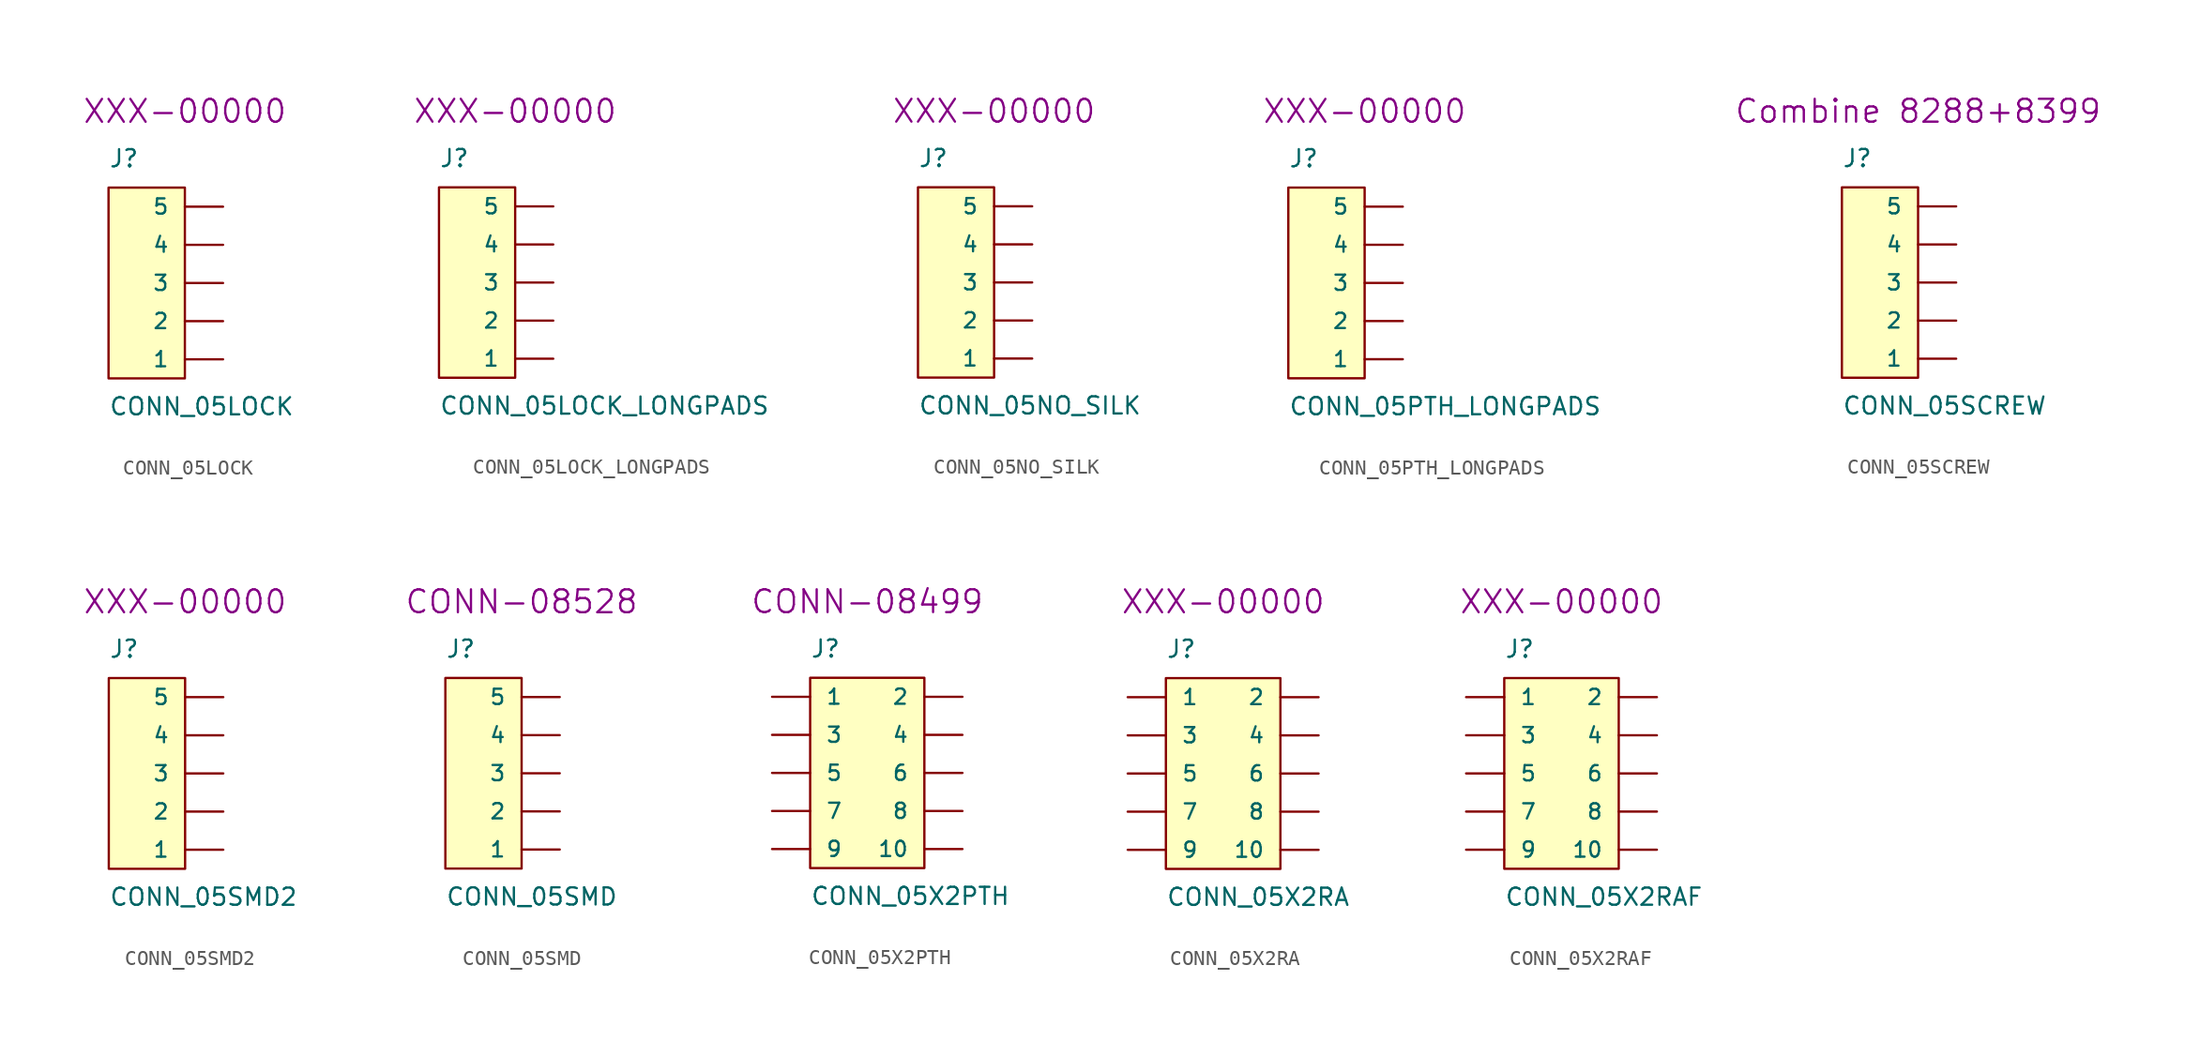
<source format=kicad_sym>
(kicad_symbol_lib
  (version 20201005)
  (generator kicad_symbol_editor)
  (symbol "CONN_05LOCK"
    (pin_numbers hide)
    (pin_names
      (offset 1.016))
    (property "Reference" "J"
      (at -5.08 12.7 0)
      (effects (font (size 1.143 1.143)) (justify left bottom)))
    (property "Value" "CONN_05LOCK"
      (at -5.08 -3.81 0)
      (effects (font (size 1.143 1.143)) (justify left bottom)))
    (property "Field4" "XXX-00000"
      (at 0 16.51 0)
      (effects (font (size 1.524 1.524))))
    (property "ki_locked" ""
      (at 0 0 0)
      (effects (font (size 1.27 1.27))))
    (symbol "CONN_05LOCK_0_1"
      (rectangle (start 0 -1.27) (end -5.08 11.43) (stroke (width 0)) (fill (type background))))
    (symbol "CONN_05LOCK_1_1"
      (pin passive line (at 2.54 0 180) (length 2.54) (name "1" (effects (font (size 1.016 1.016)))) (number "1" (effects (font (size 1.016 1.016)))))
      (pin passive line (at 2.54 2.54 180) (length 2.54) (name "2" (effects (font (size 1.016 1.016)))) (number "2" (effects (font (size 1.016 1.016)))))
      (pin passive line (at 2.54 5.08 180) (length 2.54) (name "3" (effects (font (size 1.016 1.016)))) (number "3" (effects (font (size 1.016 1.016)))))
      (pin passive line (at 2.54 7.62 180) (length 2.54) (name "4" (effects (font (size 1.016 1.016)))) (number "4" (effects (font (size 1.016 1.016)))))
      (pin passive line (at 2.54 10.16 180) (length 2.54) (name "5" (effects (font (size 1.016 1.016)))) (number "5" (effects (font (size 1.016 1.016)))))))
  (symbol "CONN_05LOCK_LONGPADS"
    (pin_numbers hide)
    (pin_names
      (offset 1.016))
    (property "Reference" "J"
      (at -5.08 12.7 0)
      (effects (font (size 1.143 1.143)) (justify left bottom)))
    (property "Value" "CONN_05LOCK_LONGPADS"
      (at -5.08 -3.81 0)
      (effects (font (size 1.143 1.143)) (justify left bottom)))
    (property "Field4" "XXX-00000"
      (at 0 16.51 0)
      (effects (font (size 1.524 1.524))))
    (property "ki_locked" ""
      (at 0 0 0)
      (effects (font (size 1.27 1.27))))
    (symbol "CONN_05LOCK_LONGPADS_0_1"
      (rectangle (start 0 -1.27) (end -5.08 11.43) (stroke (width 0)) (fill (type background))))
    (symbol "CONN_05LOCK_LONGPADS_1_1"
      (pin passive line (at 2.54 0 180) (length 2.54) (name "1" (effects (font (size 1.016 1.016)))) (number "1" (effects (font (size 1.016 1.016)))))
      (pin passive line (at 2.54 2.54 180) (length 2.54) (name "2" (effects (font (size 1.016 1.016)))) (number "2" (effects (font (size 1.016 1.016)))))
      (pin passive line (at 2.54 5.08 180) (length 2.54) (name "3" (effects (font (size 1.016 1.016)))) (number "3" (effects (font (size 1.016 1.016)))))
      (pin passive line (at 2.54 7.62 180) (length 2.54) (name "4" (effects (font (size 1.016 1.016)))) (number "4" (effects (font (size 1.016 1.016)))))
      (pin passive line (at 2.54 10.16 180) (length 2.54) (name "5" (effects (font (size 1.016 1.016)))) (number "5" (effects (font (size 1.016 1.016)))))))
  (symbol "CONN_05NO_SILK"
    (pin_numbers hide)
    (pin_names
      (offset 1.016))
    (property "Reference" "J"
      (at -5.08 12.7 0)
      (effects (font (size 1.143 1.143)) (justify left bottom)))
    (property "Value" "CONN_05NO_SILK"
      (at -5.08 -3.81 0)
      (effects (font (size 1.143 1.143)) (justify left bottom)))
    (property "Field4" "XXX-00000"
      (at 0 16.51 0)
      (effects (font (size 1.524 1.524))))
    (property "ki_locked" ""
      (at 0 0 0)
      (effects (font (size 1.27 1.27))))
    (symbol "CONN_05NO_SILK_0_1"
      (rectangle (start 0 -1.27) (end -5.08 11.43) (stroke (width 0)) (fill (type background))))
    (symbol "CONN_05NO_SILK_1_1"
      (pin passive line (at 2.54 0 180) (length 2.54) (name "1" (effects (font (size 1.016 1.016)))) (number "1" (effects (font (size 1.016 1.016)))))
      (pin passive line (at 2.54 2.54 180) (length 2.54) (name "2" (effects (font (size 1.016 1.016)))) (number "2" (effects (font (size 1.016 1.016)))))
      (pin passive line (at 2.54 5.08 180) (length 2.54) (name "3" (effects (font (size 1.016 1.016)))) (number "3" (effects (font (size 1.016 1.016)))))
      (pin passive line (at 2.54 7.62 180) (length 2.54) (name "4" (effects (font (size 1.016 1.016)))) (number "4" (effects (font (size 1.016 1.016)))))
      (pin passive line (at 2.54 10.16 180) (length 2.54) (name "5" (effects (font (size 1.016 1.016)))) (number "5" (effects (font (size 1.016 1.016)))))))
  (symbol "CONN_05PTH_LONGPADS"
    (pin_numbers hide)
    (pin_names
      (offset 1.016))
    (property "Reference" "J"
      (at -5.08 12.7 0)
      (effects (font (size 1.143 1.143)) (justify left bottom)))
    (property "Value" "CONN_05PTH_LONGPADS"
      (at -5.08 -3.81 0)
      (effects (font (size 1.143 1.143)) (justify left bottom)))
    (property "Field4" "XXX-00000"
      (at 0 16.51 0)
      (effects (font (size 1.524 1.524))))
    (property "ki_locked" ""
      (at 0 0 0)
      (effects (font (size 1.27 1.27))))
    (symbol "CONN_05PTH_LONGPADS_0_1"
      (rectangle (start 0 -1.27) (end -5.08 11.43) (stroke (width 0)) (fill (type background))))
    (symbol "CONN_05PTH_LONGPADS_1_1"
      (pin passive line (at 2.54 0 180) (length 2.54) (name "1" (effects (font (size 1.016 1.016)))) (number "1" (effects (font (size 1.016 1.016)))))
      (pin passive line (at 2.54 2.54 180) (length 2.54) (name "2" (effects (font (size 1.016 1.016)))) (number "2" (effects (font (size 1.016 1.016)))))
      (pin passive line (at 2.54 5.08 180) (length 2.54) (name "3" (effects (font (size 1.016 1.016)))) (number "3" (effects (font (size 1.016 1.016)))))
      (pin passive line (at 2.54 7.62 180) (length 2.54) (name "4" (effects (font (size 1.016 1.016)))) (number "4" (effects (font (size 1.016 1.016)))))
      (pin passive line (at 2.54 10.16 180) (length 2.54) (name "5" (effects (font (size 1.016 1.016)))) (number "5" (effects (font (size 1.016 1.016)))))))
  (symbol "CONN_05SCREW"
    (pin_numbers hide)
    (pin_names
      (offset 1.016))
    (property "Reference" "J"
      (at -5.08 12.7 0)
      (effects (font (size 1.143 1.143)) (justify left bottom)))
    (property "Value" "CONN_05SCREW"
      (at -5.08 -3.81 0)
      (effects (font (size 1.143 1.143)) (justify left bottom)))
    (property "Field4" "Combine 8288+8399"
      (at 0 16.51 0)
      (effects (font (size 1.524 1.524))))
    (property "ki_locked" ""
      (at 0 0 0)
      (effects (font (size 1.27 1.27))))
    (symbol "CONN_05SCREW_0_1"
      (rectangle (start 0 -1.27) (end -5.08 11.43) (stroke (width 0)) (fill (type background))))
    (symbol "CONN_05SCREW_1_1"
      (pin passive line (at 2.54 0 180) (length 2.54) (name "1" (effects (font (size 1.016 1.016)))) (number "1" (effects (font (size 1.016 1.016)))))
      (pin passive line (at 2.54 2.54 180) (length 2.54) (name "2" (effects (font (size 1.016 1.016)))) (number "2" (effects (font (size 1.016 1.016)))))
      (pin passive line (at 2.54 5.08 180) (length 2.54) (name "3" (effects (font (size 1.016 1.016)))) (number "3" (effects (font (size 1.016 1.016)))))
      (pin passive line (at 2.54 7.62 180) (length 2.54) (name "4" (effects (font (size 1.016 1.016)))) (number "4" (effects (font (size 1.016 1.016)))))
      (pin passive line (at 2.54 10.16 180) (length 2.54) (name "5" (effects (font (size 1.016 1.016)))) (number "5" (effects (font (size 1.016 1.016)))))))
  (symbol "CONN_05SMD2"
    (pin_numbers hide)
    (pin_names
      (offset 1.016))
    (property "Reference" "J"
      (at -5.08 12.7 0)
      (effects (font (size 1.143 1.143)) (justify left bottom)))
    (property "Value" "CONN_05SMD2"
      (at -5.08 -3.81 0)
      (effects (font (size 1.143 1.143)) (justify left bottom)))
    (property "Field4" "XXX-00000"
      (at 0 16.51 0)
      (effects (font (size 1.524 1.524))))
    (property "ki_locked" ""
      (at 0 0 0)
      (effects (font (size 1.27 1.27))))
    (symbol "CONN_05SMD2_0_1"
      (rectangle (start 0 -1.27) (end -5.08 11.43) (stroke (width 0)) (fill (type background))))
    (symbol "CONN_05SMD2_1_1"
      (pin passive line (at 2.54 0 180) (length 2.54) (name "1" (effects (font (size 1.016 1.016)))) (number "1" (effects (font (size 1.016 1.016)))))
      (pin passive line (at 2.54 2.54 180) (length 2.54) (name "2" (effects (font (size 1.016 1.016)))) (number "2" (effects (font (size 1.016 1.016)))))
      (pin passive line (at 2.54 5.08 180) (length 2.54) (name "3" (effects (font (size 1.016 1.016)))) (number "3" (effects (font (size 1.016 1.016)))))
      (pin passive line (at 2.54 7.62 180) (length 2.54) (name "4" (effects (font (size 1.016 1.016)))) (number "4" (effects (font (size 1.016 1.016)))))
      (pin passive line (at 2.54 10.16 180) (length 2.54) (name "5" (effects (font (size 1.016 1.016)))) (number "5" (effects (font (size 1.016 1.016)))))))
  (symbol "CONN_05SMD"
    (pin_numbers hide)
    (pin_names
      (offset 1.016))
    (property "Reference" "J"
      (at -5.08 12.7 0)
      (effects (font (size 1.143 1.143)) (justify left bottom)))
    (property "Value" "CONN_05SMD"
      (at -5.08 -3.81 0)
      (effects (font (size 1.143 1.143)) (justify left bottom)))
    (property "Field4" "CONN-08528"
      (at 0 16.51 0)
      (effects (font (size 1.524 1.524))))
    (property "ki_locked" ""
      (at 0 0 0)
      (effects (font (size 1.27 1.27))))
    (symbol "CONN_05SMD_0_1"
      (rectangle (start 0 -1.27) (end -5.08 11.43) (stroke (width 0)) (fill (type background))))
    (symbol "CONN_05SMD_1_1"
      (pin passive line (at 2.54 0 180) (length 2.54) (name "1" (effects (font (size 1.016 1.016)))) (number "1" (effects (font (size 1.016 1.016)))))
      (pin passive line (at 2.54 2.54 180) (length 2.54) (name "2" (effects (font (size 1.016 1.016)))) (number "2" (effects (font (size 1.016 1.016)))))
      (pin passive line (at 2.54 5.08 180) (length 2.54) (name "3" (effects (font (size 1.016 1.016)))) (number "3" (effects (font (size 1.016 1.016)))))
      (pin passive line (at 2.54 7.62 180) (length 2.54) (name "4" (effects (font (size 1.016 1.016)))) (number "4" (effects (font (size 1.016 1.016)))))
      (pin passive line (at 2.54 10.16 180) (length 2.54) (name "5" (effects (font (size 1.016 1.016)))) (number "5" (effects (font (size 1.016 1.016)))))))
  (symbol "CONN_05X2PTH"
    (pin_numbers hide)
    (pin_names
      (offset 1.016))
    (property "Reference" "J"
      (at -3.81 7.62 0)
      (effects (font (size 1.143 1.143)) (justify left bottom)))
    (property "Value" "CONN_05X2PTH"
      (at -3.81 -8.89 0)
      (effects (font (size 1.143 1.143)) (justify left bottom)))
    (property "Field4" "CONN-08499"
      (at 0 11.43 0)
      (effects (font (size 1.524 1.524))))
    (property "ki_locked" ""
      (at 0 0 0)
      (effects (font (size 1.27 1.27))))
    (symbol "CONN_05X2PTH_0_1"
      (rectangle (start 3.81 -6.35) (end -3.81 6.35) (stroke (width 0)) (fill (type background))))
    (symbol "CONN_05X2PTH_1_1"
      (pin passive line (at -6.35 5.08 0) (length 2.54) (name "1" (effects (font (size 1.016 1.016)))) (number "1" (effects (font (size 1.016 1.016)))))
      (pin passive line (at 6.35 5.08 180) (length 2.54) (name "2" (effects (font (size 1.016 1.016)))) (number "2" (effects (font (size 1.016 1.016)))))
      (pin passive line (at -6.35 2.54 0) (length 2.54) (name "3" (effects (font (size 1.016 1.016)))) (number "3" (effects (font (size 1.016 1.016)))))
      (pin passive line (at 6.35 2.54 180) (length 2.54) (name "4" (effects (font (size 1.016 1.016)))) (number "4" (effects (font (size 1.016 1.016)))))
      (pin passive line (at -6.35 0 0) (length 2.54) (name "5" (effects (font (size 1.016 1.016)))) (number "5" (effects (font (size 1.016 1.016)))))
      (pin passive line (at 6.35 0 180) (length 2.54) (name "6" (effects (font (size 1.016 1.016)))) (number "6" (effects (font (size 1.016 1.016)))))
      (pin passive line (at -6.35 -2.54 0) (length 2.54) (name "7" (effects (font (size 1.016 1.016)))) (number "7" (effects (font (size 1.016 1.016)))))
      (pin passive line (at 6.35 -2.54 180) (length 2.54) (name "8" (effects (font (size 1.016 1.016)))) (number "8" (effects (font (size 1.016 1.016)))))
      (pin passive line (at -6.35 -5.08 0) (length 2.54) (name "9" (effects (font (size 1.016 1.016)))) (number "9" (effects (font (size 1.016 1.016)))))
      (pin passive line (at 6.35 -5.08 180) (length 2.54) (name "10" (effects (font (size 1.016 1.016)))) (number "10" (effects (font (size 1.016 1.016)))))))
  (symbol "CONN_05X2RA"
    (pin_numbers hide)
    (pin_names
      (offset 1.016))
    (property "Reference" "J"
      (at -3.81 7.62 0)
      (effects (font (size 1.143 1.143)) (justify left bottom)))
    (property "Value" "CONN_05X2RA"
      (at -3.81 -8.89 0)
      (effects (font (size 1.143 1.143)) (justify left bottom)))
    (property "Field4" "XXX-00000"
      (at 0 11.43 0)
      (effects (font (size 1.524 1.524))))
    (property "ki_locked" ""
      (at 0 0 0)
      (effects (font (size 1.27 1.27))))
    (symbol "CONN_05X2RA_0_1"
      (rectangle (start 3.81 -6.35) (end -3.81 6.35) (stroke (width 0)) (fill (type background))))
    (symbol "CONN_05X2RA_1_1"
      (pin passive line (at -6.35 5.08 0) (length 2.54) (name "1" (effects (font (size 1.016 1.016)))) (number "1" (effects (font (size 1.016 1.016)))))
      (pin passive line (at 6.35 5.08 180) (length 2.54) (name "2" (effects (font (size 1.016 1.016)))) (number "2" (effects (font (size 1.016 1.016)))))
      (pin passive line (at -6.35 2.54 0) (length 2.54) (name "3" (effects (font (size 1.016 1.016)))) (number "3" (effects (font (size 1.016 1.016)))))
      (pin passive line (at 6.35 2.54 180) (length 2.54) (name "4" (effects (font (size 1.016 1.016)))) (number "4" (effects (font (size 1.016 1.016)))))
      (pin passive line (at -6.35 0 0) (length 2.54) (name "5" (effects (font (size 1.016 1.016)))) (number "5" (effects (font (size 1.016 1.016)))))
      (pin passive line (at 6.35 0 180) (length 2.54) (name "6" (effects (font (size 1.016 1.016)))) (number "6" (effects (font (size 1.016 1.016)))))
      (pin passive line (at -6.35 -2.54 0) (length 2.54) (name "7" (effects (font (size 1.016 1.016)))) (number "7" (effects (font (size 1.016 1.016)))))
      (pin passive line (at 6.35 -2.54 180) (length 2.54) (name "8" (effects (font (size 1.016 1.016)))) (number "8" (effects (font (size 1.016 1.016)))))
      (pin passive line (at -6.35 -5.08 0) (length 2.54) (name "9" (effects (font (size 1.016 1.016)))) (number "9" (effects (font (size 1.016 1.016)))))
      (pin passive line (at 6.35 -5.08 180) (length 2.54) (name "10" (effects (font (size 1.016 1.016)))) (number "10" (effects (font (size 1.016 1.016)))))))
  (symbol "CONN_05X2RAF"
    (pin_numbers hide)
    (pin_names
      (offset 1.016))
    (property "Reference" "J"
      (at -3.81 7.62 0)
      (effects (font (size 1.143 1.143)) (justify left bottom)))
    (property "Value" "CONN_05X2RAF"
      (at -3.81 -8.89 0)
      (effects (font (size 1.143 1.143)) (justify left bottom)))
    (property "Field4" "XXX-00000"
      (at 0 11.43 0)
      (effects (font (size 1.524 1.524))))
    (property "ki_locked" ""
      (at 0 0 0)
      (effects (font (size 1.27 1.27))))
    (symbol "CONN_05X2RAF_0_1"
      (rectangle (start 3.81 -6.35) (end -3.81 6.35) (stroke (width 0)) (fill (type background))))
    (symbol "CONN_05X2RAF_1_1"
      (pin passive line (at -6.35 5.08 0) (length 2.54) (name "1" (effects (font (size 1.016 1.016)))) (number "1" (effects (font (size 1.016 1.016)))))
      (pin passive line (at 6.35 5.08 180) (length 2.54) (name "2" (effects (font (size 1.016 1.016)))) (number "2" (effects (font (size 1.016 1.016)))))
      (pin passive line (at -6.35 2.54 0) (length 2.54) (name "3" (effects (font (size 1.016 1.016)))) (number "3" (effects (font (size 1.016 1.016)))))
      (pin passive line (at 6.35 2.54 180) (length 2.54) (name "4" (effects (font (size 1.016 1.016)))) (number "4" (effects (font (size 1.016 1.016)))))
      (pin passive line (at -6.35 0 0) (length 2.54) (name "5" (effects (font (size 1.016 1.016)))) (number "5" (effects (font (size 1.016 1.016)))))
      (pin passive line (at 6.35 0 180) (length 2.54) (name "6" (effects (font (size 1.016 1.016)))) (number "6" (effects (font (size 1.016 1.016)))))
      (pin passive line (at -6.35 -2.54 0) (length 2.54) (name "7" (effects (font (size 1.016 1.016)))) (number "7" (effects (font (size 1.016 1.016)))))
      (pin passive line (at 6.35 -2.54 180) (length 2.54) (name "8" (effects (font (size 1.016 1.016)))) (number "8" (effects (font (size 1.016 1.016)))))
      (pin passive line (at -6.35 -5.08 0) (length 2.54) (name "9" (effects (font (size 1.016 1.016)))) (number "9" (effects (font (size 1.016 1.016)))))
      (pin passive line (at 6.35 -5.08 180) (length 2.54) (name "10" (effects (font (size 1.016 1.016)))) (number "10" (effects (font (size 1.016 1.016))))))))
</source>
